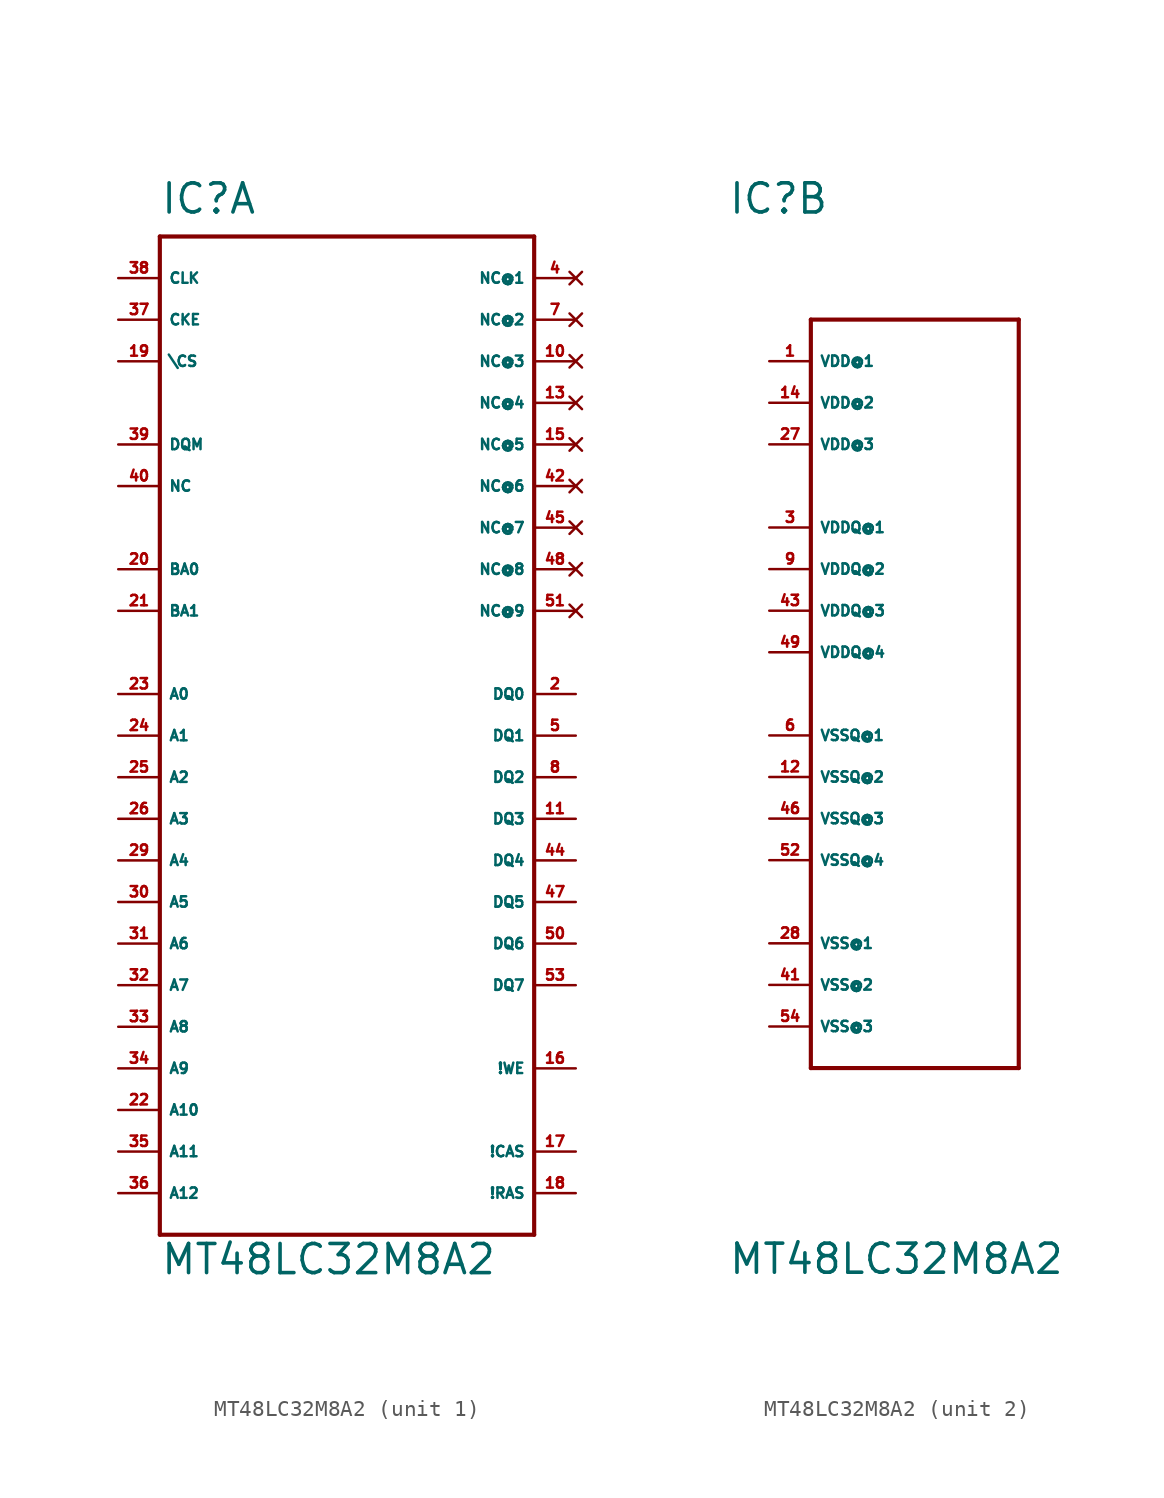
<source format=kicad_sym>
(kicad_symbol_lib
  (version 20220914)
  (generator Eagle2Kicad)
  (symbol "MT48LC32M8A2"
    (property "Reference" "IC"
      (at -10.16 29.21 0)
      (effects (font (size 1.778 1.778) (thickness 0.22)) (justify left bottom)))
    (property "Value" "MT48LC32M8A2"
      (at -10.16 -35.56 0)
      (effects (font (size 1.778 1.778) (thickness 0.22)) (justify left bottom)))
    (symbol "MT48LC32M8A2_1_0"
      (polyline (pts (xy -10.16 27.94) (xy 12.7 27.94)) (stroke (width 0.254) (type default)) (fill (type none)))
      (polyline (pts (xy 12.7 27.94) (xy 12.7 -33.02)) (stroke (width 0.254) (type default)) (fill (type none)))
      (polyline (pts (xy 12.7 -33.02) (xy -10.16 -33.02)) (stroke (width 0.254) (type default)) (fill (type none)))
      (polyline (pts (xy -10.16 -33.02) (xy -10.16 27.94)) (stroke (width 0.254) (type default)) (fill (type none)))
      (pin input line (at -12.7 25.4 0) (length 2.54) (name "CLK" (effects (font (size 0.635 0.635) (thickness 0.08)) (justify left bottom))) (number "38" (effects (font (size 0.635 0.635) (thickness 0.08)) (justify left bottom))))
      (pin input line (at -12.7 22.86 0) (length 2.54) (name "CKE" (effects (font (size 0.635 0.635) (thickness 0.08)) (justify left bottom))) (number "37" (effects (font (size 0.635 0.635) (thickness 0.08)) (justify left bottom))))
      (pin input line (at -12.7 20.32 0) (length 2.54) (name "\CS" (effects (font (size 0.635 0.635) (thickness 0.08)) (justify left bottom))) (number "19" (effects (font (size 0.635 0.635) (thickness 0.08)) (justify left bottom))))
      (pin input line (at 15.24 -22.86 180) (length 2.54) (name "!WE" (effects (font (size 0.635 0.635) (thickness 0.08)) (justify left bottom))) (number "16" (effects (font (size 0.635 0.635) (thickness 0.08)) (justify left bottom))))
      (pin input line (at 15.24 -27.94 180) (length 2.54) (name "!CAS" (effects (font (size 0.635 0.635) (thickness 0.08)) (justify left bottom))) (number "17" (effects (font (size 0.635 0.635) (thickness 0.08)) (justify left bottom))))
      (pin input line (at 15.24 -30.48 180) (length 2.54) (name "!RAS" (effects (font (size 0.635 0.635) (thickness 0.08)) (justify left bottom))) (number "18" (effects (font (size 0.635 0.635) (thickness 0.08)) (justify left bottom))))
      (pin input line (at -12.7 15.24 0) (length 2.54) (name "DQM" (effects (font (size 0.635 0.635) (thickness 0.08)) (justify left bottom))) (number "39" (effects (font (size 0.635 0.635) (thickness 0.08)) (justify left bottom))))
      (pin input line (at -12.7 12.7 0) (length 2.54) (name "NC" (effects (font (size 0.635 0.635) (thickness 0.08)) (justify left bottom))) (number "40" (effects (font (size 0.635 0.635) (thickness 0.08)) (justify left bottom))))
      (pin input line (at -12.7 7.62 0) (length 2.54) (name "BA0" (effects (font (size 0.635 0.635) (thickness 0.08)) (justify left bottom))) (number "20" (effects (font (size 0.635 0.635) (thickness 0.08)) (justify left bottom))))
      (pin input line (at -12.7 5.08 0) (length 2.54) (name "BA1" (effects (font (size 0.635 0.635) (thickness 0.08)) (justify left bottom))) (number "21" (effects (font (size 0.635 0.635) (thickness 0.08)) (justify left bottom))))
      (pin input line (at -12.7 0 0) (length 2.54) (name "A0" (effects (font (size 0.635 0.635) (thickness 0.08)) (justify left bottom))) (number "23" (effects (font (size 0.635 0.635) (thickness 0.08)) (justify left bottom))))
      (pin input line (at -12.7 -2.54 0) (length 2.54) (name "A1" (effects (font (size 0.635 0.635) (thickness 0.08)) (justify left bottom))) (number "24" (effects (font (size 0.635 0.635) (thickness 0.08)) (justify left bottom))))
      (pin input line (at -12.7 -5.08 0) (length 2.54) (name "A2" (effects (font (size 0.635 0.635) (thickness 0.08)) (justify left bottom))) (number "25" (effects (font (size 0.635 0.635) (thickness 0.08)) (justify left bottom))))
      (pin input line (at -12.7 -7.62 0) (length 2.54) (name "A3" (effects (font (size 0.635 0.635) (thickness 0.08)) (justify left bottom))) (number "26" (effects (font (size 0.635 0.635) (thickness 0.08)) (justify left bottom))))
      (pin input line (at -12.7 -10.16 0) (length 2.54) (name "A4" (effects (font (size 0.635 0.635) (thickness 0.08)) (justify left bottom))) (number "29" (effects (font (size 0.635 0.635) (thickness 0.08)) (justify left bottom))))
      (pin input line (at -12.7 -12.7 0) (length 2.54) (name "A5" (effects (font (size 0.635 0.635) (thickness 0.08)) (justify left bottom))) (number "30" (effects (font (size 0.635 0.635) (thickness 0.08)) (justify left bottom))))
      (pin input line (at -12.7 -15.24 0) (length 2.54) (name "A6" (effects (font (size 0.635 0.635) (thickness 0.08)) (justify left bottom))) (number "31" (effects (font (size 0.635 0.635) (thickness 0.08)) (justify left bottom))))
      (pin input line (at -12.7 -17.78 0) (length 2.54) (name "A7" (effects (font (size 0.635 0.635) (thickness 0.08)) (justify left bottom))) (number "32" (effects (font (size 0.635 0.635) (thickness 0.08)) (justify left bottom))))
      (pin input line (at -12.7 -20.32 0) (length 2.54) (name "A8" (effects (font (size 0.635 0.635) (thickness 0.08)) (justify left bottom))) (number "33" (effects (font (size 0.635 0.635) (thickness 0.08)) (justify left bottom))))
      (pin input line (at -12.7 -22.86 0) (length 2.54) (name "A9" (effects (font (size 0.635 0.635) (thickness 0.08)) (justify left bottom))) (number "34" (effects (font (size 0.635 0.635) (thickness 0.08)) (justify left bottom))))
      (pin input line (at -12.7 -25.4 0) (length 2.54) (name "A10" (effects (font (size 0.635 0.635) (thickness 0.08)) (justify left bottom))) (number "22" (effects (font (size 0.635 0.635) (thickness 0.08)) (justify left bottom))))
      (pin input line (at -12.7 -27.94 0) (length 2.54) (name "A11" (effects (font (size 0.635 0.635) (thickness 0.08)) (justify left bottom))) (number "35" (effects (font (size 0.635 0.635) (thickness 0.08)) (justify left bottom))))
      (pin input line (at -12.7 -30.48 0) (length 2.54) (name "A12" (effects (font (size 0.635 0.635) (thickness 0.08)) (justify left bottom))) (number "36" (effects (font (size 0.635 0.635) (thickness 0.08)) (justify left bottom))))
      (pin tri_state line (at 15.24 0 180) (length 2.54) (name "DQ0" (effects (font (size 0.635 0.635) (thickness 0.08)) (justify left bottom))) (number "2" (effects (font (size 0.635 0.635) (thickness 0.08)) (justify left bottom))))
      (pin tri_state line (at 15.24 -2.54 180) (length 2.54) (name "DQ1" (effects (font (size 0.635 0.635) (thickness 0.08)) (justify left bottom))) (number "5" (effects (font (size 0.635 0.635) (thickness 0.08)) (justify left bottom))))
      (pin tri_state line (at 15.24 -5.08 180) (length 2.54) (name "DQ2" (effects (font (size 0.635 0.635) (thickness 0.08)) (justify left bottom))) (number "8" (effects (font (size 0.635 0.635) (thickness 0.08)) (justify left bottom))))
      (pin tri_state line (at 15.24 -7.62 180) (length 2.54) (name "DQ3" (effects (font (size 0.635 0.635) (thickness 0.08)) (justify left bottom))) (number "11" (effects (font (size 0.635 0.635) (thickness 0.08)) (justify left bottom))))
      (pin tri_state line (at 15.24 -10.16 180) (length 2.54) (name "DQ4" (effects (font (size 0.635 0.635) (thickness 0.08)) (justify left bottom))) (number "44" (effects (font (size 0.635 0.635) (thickness 0.08)) (justify left bottom))))
      (pin tri_state line (at 15.24 -12.7 180) (length 2.54) (name "DQ5" (effects (font (size 0.635 0.635) (thickness 0.08)) (justify left bottom))) (number "47" (effects (font (size 0.635 0.635) (thickness 0.08)) (justify left bottom))))
      (pin tri_state line (at 15.24 -15.24 180) (length 2.54) (name "DQ6" (effects (font (size 0.635 0.635) (thickness 0.08)) (justify left bottom))) (number "50" (effects (font (size 0.635 0.635) (thickness 0.08)) (justify left bottom))))
      (pin tri_state line (at 15.24 -17.78 180) (length 2.54) (name "DQ7" (effects (font (size 0.635 0.635) (thickness 0.08)) (justify left bottom))) (number "53" (effects (font (size 0.635 0.635) (thickness 0.08)) (justify left bottom))))
      (pin no_connect line (at 15.24 25.4 180) (length 2.54) (name "NC@1" (effects (font (size 0.635 0.635) (thickness 0.08)) (justify left bottom) hide)) (number "4" (effects (font (size 0.635 0.635) (thickness 0.08)) (justify left bottom) hide)))
      (pin no_connect line (at 15.24 22.86 180) (length 2.54) (name "NC@2" (effects (font (size 0.635 0.635) (thickness 0.08)) (justify left bottom) hide)) (number "7" (effects (font (size 0.635 0.635) (thickness 0.08)) (justify left bottom) hide)))
      (pin no_connect line (at 15.24 20.32 180) (length 2.54) (name "NC@3" (effects (font (size 0.635 0.635) (thickness 0.08)) (justify left bottom) hide)) (number "10" (effects (font (size 0.635 0.635) (thickness 0.08)) (justify left bottom) hide)))
      (pin no_connect line (at 15.24 17.78 180) (length 2.54) (name "NC@4" (effects (font (size 0.635 0.635) (thickness 0.08)) (justify left bottom) hide)) (number "13" (effects (font (size 0.635 0.635) (thickness 0.08)) (justify left bottom) hide)))
      (pin no_connect line (at 15.24 15.24 180) (length 2.54) (name "NC@5" (effects (font (size 0.635 0.635) (thickness 0.08)) (justify left bottom) hide)) (number "15" (effects (font (size 0.635 0.635) (thickness 0.08)) (justify left bottom) hide)))
      (pin no_connect line (at 15.24 12.7 180) (length 2.54) (name "NC@6" (effects (font (size 0.635 0.635) (thickness 0.08)) (justify left bottom) hide)) (number "42" (effects (font (size 0.635 0.635) (thickness 0.08)) (justify left bottom) hide)))
      (pin no_connect line (at 15.24 10.16 180) (length 2.54) (name "NC@7" (effects (font (size 0.635 0.635) (thickness 0.08)) (justify left bottom) hide)) (number "45" (effects (font (size 0.635 0.635) (thickness 0.08)) (justify left bottom) hide)))
      (pin no_connect line (at 15.24 7.62 180) (length 2.54) (name "NC@8" (effects (font (size 0.635 0.635) (thickness 0.08)) (justify left bottom) hide)) (number "48" (effects (font (size 0.635 0.635) (thickness 0.08)) (justify left bottom) hide)))
      (pin no_connect line (at 15.24 5.08 180) (length 2.54) (name "NC@9" (effects (font (size 0.635 0.635) (thickness 0.08)) (justify left bottom) hide)) (number "51" (effects (font (size 0.635 0.635) (thickness 0.08)) (justify left bottom) hide))))
    (symbol "MT48LC32M8A2_2_0"
      (polyline (pts (xy -5.08 22.86) (xy 7.62 22.86)) (stroke (width 0.254) (type default)) (fill (type none)))
      (polyline (pts (xy 7.62 22.86) (xy 7.62 -22.86)) (stroke (width 0.254) (type default)) (fill (type none)))
      (polyline (pts (xy 7.62 -22.86) (xy -5.08 -22.86)) (stroke (width 0.254) (type default)) (fill (type none)))
      (polyline (pts (xy -5.08 -22.86) (xy -5.08 22.86)) (stroke (width 0.254) (type default)) (fill (type none)))
      (pin unspecified line (at -7.62 10.16 0) (length 2.54) (name "VDDQ@1" (effects (font (size 0.635 0.635) (thickness 0.08)) (justify left bottom))) (number "3" (effects (font (size 0.635 0.635) (thickness 0.08)) (justify left bottom))))
      (pin unspecified line (at -7.62 7.62 0) (length 2.54) (name "VDDQ@2" (effects (font (size 0.635 0.635) (thickness 0.08)) (justify left bottom))) (number "9" (effects (font (size 0.635 0.635) (thickness 0.08)) (justify left bottom))))
      (pin unspecified line (at -7.62 5.08 0) (length 2.54) (name "VDDQ@3" (effects (font (size 0.635 0.635) (thickness 0.08)) (justify left bottom))) (number "43" (effects (font (size 0.635 0.635) (thickness 0.08)) (justify left bottom))))
      (pin unspecified line (at -7.62 2.54 0) (length 2.54) (name "VDDQ@4" (effects (font (size 0.635 0.635) (thickness 0.08)) (justify left bottom))) (number "49" (effects (font (size 0.635 0.635) (thickness 0.08)) (justify left bottom))))
      (pin unspecified line (at -7.62 -2.54 0) (length 2.54) (name "VSSQ@1" (effects (font (size 0.635 0.635) (thickness 0.08)) (justify left bottom))) (number "6" (effects (font (size 0.635 0.635) (thickness 0.08)) (justify left bottom))))
      (pin unspecified line (at -7.62 -5.08 0) (length 2.54) (name "VSSQ@2" (effects (font (size 0.635 0.635) (thickness 0.08)) (justify left bottom))) (number "12" (effects (font (size 0.635 0.635) (thickness 0.08)) (justify left bottom))))
      (pin unspecified line (at -7.62 -7.62 0) (length 2.54) (name "VSSQ@3" (effects (font (size 0.635 0.635) (thickness 0.08)) (justify left bottom))) (number "46" (effects (font (size 0.635 0.635) (thickness 0.08)) (justify left bottom))))
      (pin unspecified line (at -7.62 -10.16 0) (length 2.54) (name "VSSQ@4" (effects (font (size 0.635 0.635) (thickness 0.08)) (justify left bottom))) (number "52" (effects (font (size 0.635 0.635) (thickness 0.08)) (justify left bottom))))
      (pin unspecified line (at -7.62 20.32 0) (length 2.54) (name "VDD@1" (effects (font (size 0.635 0.635) (thickness 0.08)) (justify left bottom))) (number "1" (effects (font (size 0.635 0.635) (thickness 0.08)) (justify left bottom))))
      (pin unspecified line (at -7.62 17.78 0) (length 2.54) (name "VDD@2" (effects (font (size 0.635 0.635) (thickness 0.08)) (justify left bottom))) (number "14" (effects (font (size 0.635 0.635) (thickness 0.08)) (justify left bottom))))
      (pin unspecified line (at -7.62 15.24 0) (length 2.54) (name "VDD@3" (effects (font (size 0.635 0.635) (thickness 0.08)) (justify left bottom))) (number "27" (effects (font (size 0.635 0.635) (thickness 0.08)) (justify left bottom))))
      (pin unspecified line (at -7.62 -15.24 0) (length 2.54) (name "VSS@1" (effects (font (size 0.635 0.635) (thickness 0.08)) (justify left bottom))) (number "28" (effects (font (size 0.635 0.635) (thickness 0.08)) (justify left bottom))))
      (pin unspecified line (at -7.62 -17.78 0) (length 2.54) (name "VSS@2" (effects (font (size 0.635 0.635) (thickness 0.08)) (justify left bottom))) (number "41" (effects (font (size 0.635 0.635) (thickness 0.08)) (justify left bottom))))
      (pin unspecified line (at -7.62 -20.32 0) (length 2.54) (name "VSS@3" (effects (font (size 0.635 0.635) (thickness 0.08)) (justify left bottom))) (number "54" (effects (font (size 0.635 0.635) (thickness 0.08)) (justify left bottom)))))))
</source>
